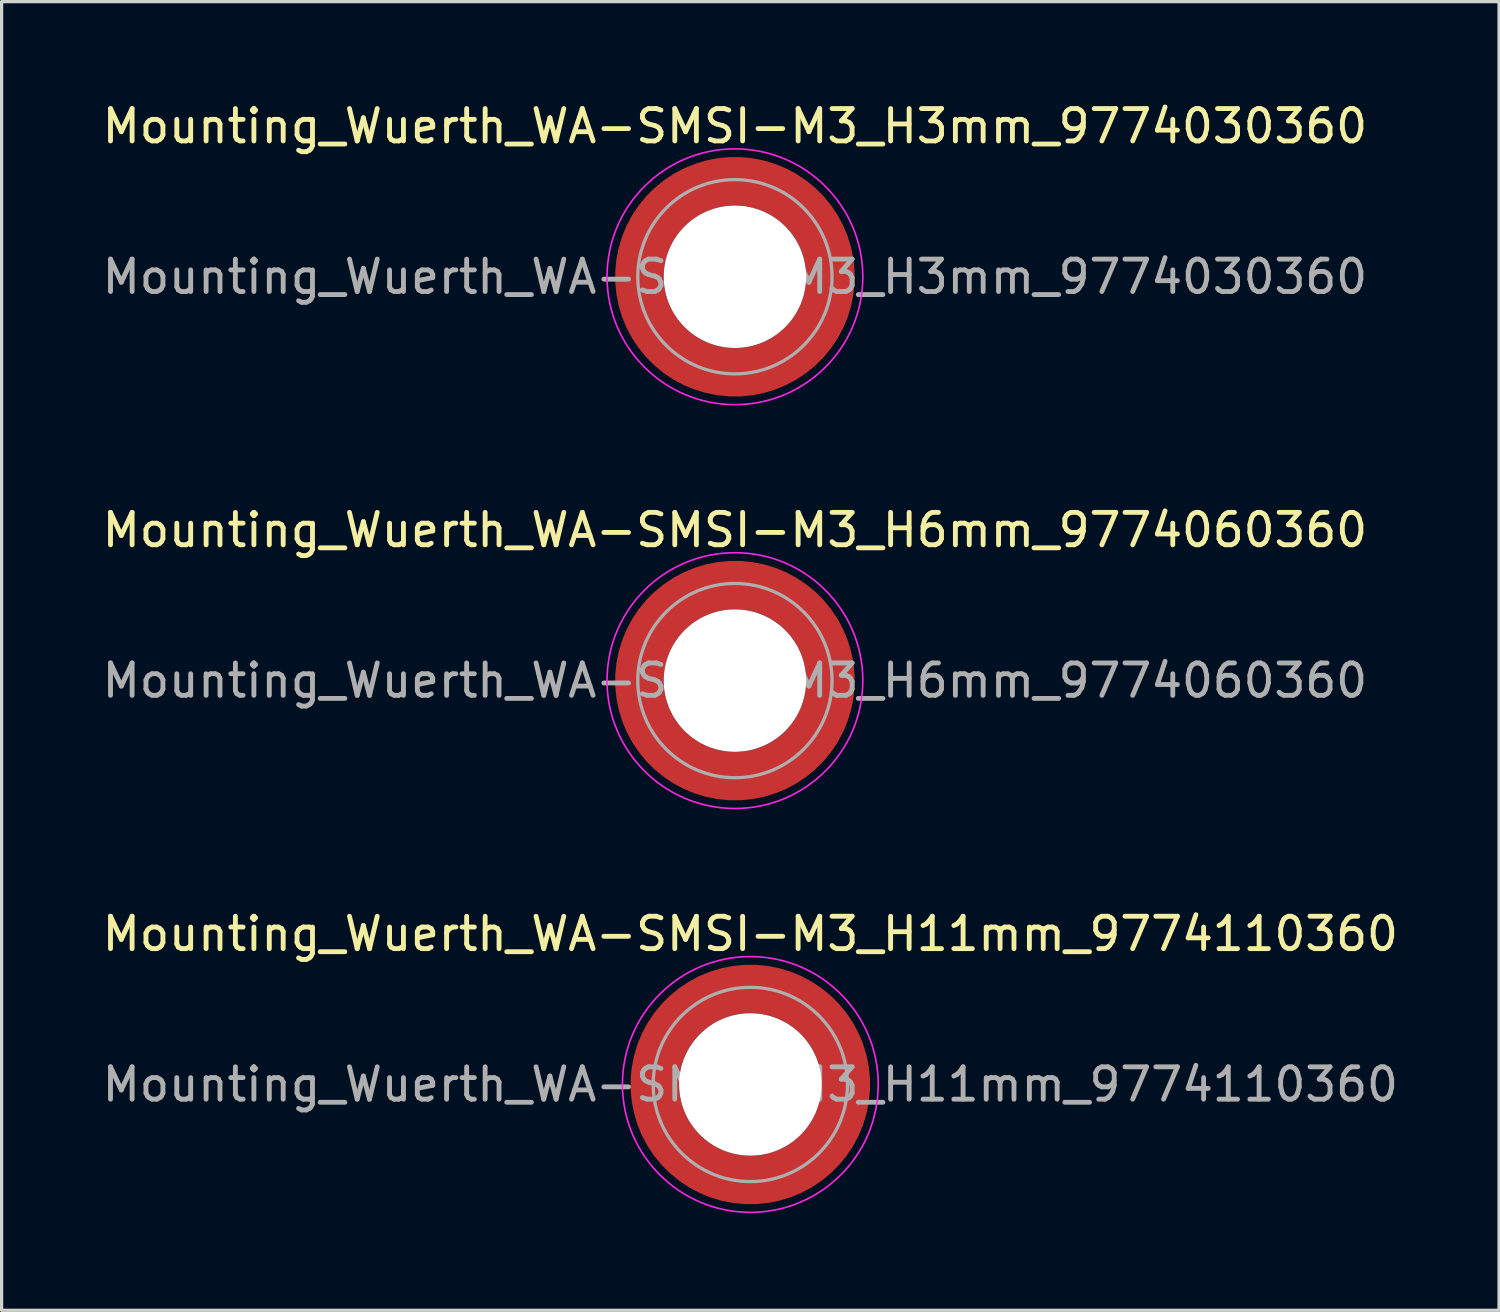
<source format=kicad_pcb>
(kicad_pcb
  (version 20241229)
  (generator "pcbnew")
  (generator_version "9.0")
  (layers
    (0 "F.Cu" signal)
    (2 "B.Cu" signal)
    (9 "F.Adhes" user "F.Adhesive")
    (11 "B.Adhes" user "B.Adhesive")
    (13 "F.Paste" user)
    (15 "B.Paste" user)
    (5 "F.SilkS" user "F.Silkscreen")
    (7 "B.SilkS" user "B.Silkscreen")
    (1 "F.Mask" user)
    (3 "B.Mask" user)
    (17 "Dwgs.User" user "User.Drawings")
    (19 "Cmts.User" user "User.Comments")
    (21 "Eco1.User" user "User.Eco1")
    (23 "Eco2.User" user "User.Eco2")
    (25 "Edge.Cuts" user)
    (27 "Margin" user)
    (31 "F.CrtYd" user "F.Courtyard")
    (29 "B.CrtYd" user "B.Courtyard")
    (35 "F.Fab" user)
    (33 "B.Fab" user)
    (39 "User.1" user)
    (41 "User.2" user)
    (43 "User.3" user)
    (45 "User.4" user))
  (footprint "Mounting_Wuerth_WA-SMSI-M3_H6mm_9774060360"
    (layer "F.Cu")
    (at 19.649 17.971)
    (property "Reference" "Mounting_Wuerth_WA-SMSI-M3_H6mm_9774060360" (at 0 -4.65 0) (layer "F.SilkS") (effects (font (size 1 1) (thickness 0.15))))
    (attr smd)
    (fp_circle (center 0 0) (end 3.95 0) (stroke (width 0.05) (type solid)) (fill no) (layer "F.CrtYd"))
    (fp_circle (center 0 0) (end 3 0) (stroke (width 0.1) (type solid)) (fill no) (layer "F.Fab"))
    (fp_text user "${REFERENCE}" (at 0 0 0) (layer "F.Fab") (effects (font (size 1 1) (thickness 0.15))))
    (pad "" smd custom (at -2.058 -2.058) (size 0.7 0.7) (layers "F.Paste") (options (anchor circle)) (primitives (gr_arc (start -0.377294 1.707681) (mid 0.317579 0.318817) (end 1.705947 -0.377044) (width 0.2)) (gr_arc (start -0.478281 1.707681) (mid 0.246161 0.248814) (end 1.703965 -0.477765) (width 0.2)) (gr_arc (start -0.579192 1.707681) (mid 0.175492 0.178063) (end 1.704077 -0.578711) (width 0.2)) (gr_arc (start -0.680037 1.707681) (mid 0.105568 0.106564) (end 1.706284 -0.679858) (width 0.2)) (gr_arc (start -0.780822 1.707681) (mid 0.034627 0.036085) (end 1.705634 -0.780569) (width 0.2)) (gr_arc (start -0.881554 1.707681) (mid -0.035694 -0.035016) (end 1.706729 -0.881441) (width 0.2)) (gr_arc (start -0.982237 1.707681) (mid -0.107281 -0.10485) (end 1.704266 -0.981842) (width 0.2)) (gr_arc (start -1.082877 1.707681) (mid -0.178372 -0.175181) (end 1.703197 -1.082374) (width 0.2)) (gr_arc (start -1.183476 1.707681) (mid -0.248964 -0.246008) (end 1.703525 -1.183025) (width 0.2)) (gr_arc (start -1.28404 1.707681) (mid -0.319062 -0.317333) (end 1.70525 -1.283784) (width 0.2)) (gr_line (start 1.708 -0.377) (end 1.708 -1.284) (width 0.2)) (gr_line (start -0.377 1.708) (end -1.284 1.708) (width 0.2))))
    (pad "" smd custom (at -2.058 2.058) (size 0.7 0.7) (layers "F.Paste") (options (anchor circle)) (primitives (gr_arc (start 1.707681 0.377294) (mid 0.318817 -0.317579) (end -0.377044 -1.705947) (width 0.2)) (gr_arc (start 1.707681 0.478281) (mid 0.248814 -0.246161) (end -0.477765 -1.703965) (width 0.2)) (gr_arc (start 1.707681 0.579192) (mid 0.178063 -0.175492) (end -0.578711 -1.704077) (width 0.2)) (gr_arc (start 1.707681 0.680037) (mid 0.106564 -0.105568) (end -0.679858 -1.706284) (width 0.2)) (gr_arc (start 1.707681 0.780822) (mid 0.036085 -0.034627) (end -0.780569 -1.705634) (width 0.2)) (gr_arc (start 1.707681 0.881554) (mid -0.035016 0.035694) (end -0.881441 -1.706729) (width 0.2)) (gr_arc (start 1.707681 0.982237) (mid -0.10485 0.107281) (end -0.981842 -1.704266) (width 0.2)) (gr_arc (start 1.707681 1.082877) (mid -0.175181 0.178372) (end -1.082374 -1.703197) (width 0.2)) (gr_arc (start 1.707681 1.183476) (mid -0.246008 0.248964) (end -1.183025 -1.703525) (width 0.2)) (gr_arc (start 1.707681 1.28404) (mid -0.317333 0.319062) (end -1.283784 -1.70525) (width 0.2)) (gr_line (start -0.377 -1.708) (end -1.284 -1.708) (width 0.2)) (gr_line (start 1.708 0.377) (end 1.708 1.284) (width 0.2))))
    (pad "" np_thru_hole circle (at 0 0) (size 4.4 4.4) (drill 4.4) (layers "*.Cu" "*.Mask"))
    (pad "" smd custom (at 2.058 -2.058) (size 0.7 0.7) (layers "F.Paste") (options (anchor circle)) (primitives (gr_arc (start -1.707681 -0.377294) (mid -0.318817 0.317579) (end 0.377044 1.705947) (width 0.2)) (gr_arc (start -1.707681 -0.478281) (mid -0.248814 0.246161) (end 0.477765 1.703965) (width 0.2)) (gr_arc (start -1.707681 -0.579192) (mid -0.178063 0.175492) (end 0.578711 1.704077) (width 0.2)) (gr_arc (start -1.707681 -0.680037) (mid -0.106564 0.105568) (end 0.679858 1.706284) (width 0.2)) (gr_arc (start -1.707681 -0.780822) (mid -0.036085 0.034627) (end 0.780569 1.705634) (width 0.2)) (gr_arc (start -1.707681 -0.881554) (mid 0.035016 -0.035694) (end 0.881441 1.706729) (width 0.2)) (gr_arc (start -1.707681 -0.982237) (mid 0.10485 -0.107281) (end 0.981842 1.704266) (width 0.2)) (gr_arc (start -1.707681 -1.082877) (mid 0.175181 -0.178372) (end 1.082374 1.703197) (width 0.2)) (gr_arc (start -1.707681 -1.183476) (mid 0.246008 -0.248964) (end 1.183025 1.703525) (width 0.2)) (gr_arc (start -1.707681 -1.28404) (mid 0.317333 -0.319062) (end 1.283784 1.70525) (width 0.2)) (gr_line (start 0.377 1.708) (end 1.284 1.708) (width 0.2)) (gr_line (start -1.708 -0.377) (end -1.708 -1.284) (width 0.2))))
    (pad "" smd custom (at 2.058 2.058) (size 0.7 0.7) (layers "F.Paste") (options (anchor circle)) (primitives (gr_arc (start 0.377294 -1.707681) (mid -0.317579 -0.318817) (end -1.705947 0.377044) (width 0.2)) (gr_arc (start 0.478281 -1.707681) (mid -0.246161 -0.248814) (end -1.703965 0.477765) (width 0.2)) (gr_arc (start 0.579192 -1.707681) (mid -0.175492 -0.178063) (end -1.704077 0.578711) (width 0.2)) (gr_arc (start 0.680037 -1.707681) (mid -0.105568 -0.106564) (end -1.706284 0.679858) (width 0.2)) (gr_arc (start 0.780822 -1.707681) (mid -0.034627 -0.036085) (end -1.705634 0.780569) (width 0.2)) (gr_arc (start 0.881554 -1.707681) (mid 0.035694 0.035016) (end -1.706729 0.881441) (width 0.2)) (gr_arc (start 0.982237 -1.707681) (mid 0.107281 0.10485) (end -1.704266 0.981842) (width 0.2)) (gr_arc (start 1.082877 -1.707681) (mid 0.178372 0.175181) (end -1.703197 1.082374) (width 0.2)) (gr_arc (start 1.183476 -1.707681) (mid 0.248964 0.246008) (end -1.703525 1.183025) (width 0.2)) (gr_arc (start 1.28404 -1.707681) (mid 0.319062 0.317333) (end -1.70525 1.283784) (width 0.2)) (gr_line (start -1.708 0.377) (end -1.708 1.284) (width 0.2)) (gr_line (start 0.377 -1.708) (end 1.284 -1.708) (width 0.2))))
    (pad "1" smd circle (at -2.95 0) (size 1.1 1.1) (layers "F.Cu"))
    (pad "1" smd circle (at 0 -2.95) (size 1.1 1.1) (layers "F.Cu"))
    (pad "1" smd circle (at 0 2.95) (size 1.1 1.1) (layers "F.Cu"))
    (pad "1" smd custom (at 2.95 0) (size 1.1 1.1) (layers "F.Cu" "F.Mask") (options (anchor circle)) (primitives (gr_circle (center -2.95 0) (end 0 0) (width 1.5) (fill no)))))
  (footprint "Mounting_Wuerth_WA-SMSI-M3_H3mm_9774030360"
    (layer "F.Cu")
    (at 19.649 5.498)
    (property "Reference" "Mounting_Wuerth_WA-SMSI-M3_H3mm_9774030360" (at 0 -4.65 0) (layer "F.SilkS") (effects (font (size 1 1) (thickness 0.15))))
    (attr smd)
    (fp_circle (center 0 0) (end 3.95 0) (stroke (width 0.05) (type solid)) (fill no) (layer "F.CrtYd"))
    (fp_circle (center 0 0) (end 3 0) (stroke (width 0.1) (type solid)) (fill no) (layer "F.Fab"))
    (fp_text user "${REFERENCE}" (at 0 0 0) (layer "F.Fab") (effects (font (size 1 1) (thickness 0.15))))
    (pad "" smd custom (at -2.058 -2.058) (size 0.7 0.7) (layers "F.Paste") (options (anchor circle)) (primitives (gr_arc (start -0.377294 1.707681) (mid 0.317579 0.318817) (end 1.705947 -0.377044) (width 0.2)) (gr_arc (start -0.478281 1.707681) (mid 0.246161 0.248814) (end 1.703965 -0.477765) (width 0.2)) (gr_arc (start -0.579192 1.707681) (mid 0.175492 0.178063) (end 1.704077 -0.578711) (width 0.2)) (gr_arc (start -0.680037 1.707681) (mid 0.105568 0.106564) (end 1.706284 -0.679858) (width 0.2)) (gr_arc (start -0.780822 1.707681) (mid 0.034627 0.036085) (end 1.705634 -0.780569) (width 0.2)) (gr_arc (start -0.881554 1.707681) (mid -0.035694 -0.035016) (end 1.706729 -0.881441) (width 0.2)) (gr_arc (start -0.982237 1.707681) (mid -0.107281 -0.10485) (end 1.704266 -0.981842) (width 0.2)) (gr_arc (start -1.082877 1.707681) (mid -0.178372 -0.175181) (end 1.703197 -1.082374) (width 0.2)) (gr_arc (start -1.183476 1.707681) (mid -0.248964 -0.246008) (end 1.703525 -1.183025) (width 0.2)) (gr_arc (start -1.28404 1.707681) (mid -0.319062 -0.317333) (end 1.70525 -1.283784) (width 0.2)) (gr_line (start 1.708 -0.377) (end 1.708 -1.284) (width 0.2)) (gr_line (start -0.377 1.708) (end -1.284 1.708) (width 0.2))))
    (pad "" smd custom (at -2.058 2.058) (size 0.7 0.7) (layers "F.Paste") (options (anchor circle)) (primitives (gr_arc (start 1.707681 0.377294) (mid 0.318817 -0.317579) (end -0.377044 -1.705947) (width 0.2)) (gr_arc (start 1.707681 0.478281) (mid 0.248814 -0.246161) (end -0.477765 -1.703965) (width 0.2)) (gr_arc (start 1.707681 0.579192) (mid 0.178063 -0.175492) (end -0.578711 -1.704077) (width 0.2)) (gr_arc (start 1.707681 0.680037) (mid 0.106564 -0.105568) (end -0.679858 -1.706284) (width 0.2)) (gr_arc (start 1.707681 0.780822) (mid 0.036085 -0.034627) (end -0.780569 -1.705634) (width 0.2)) (gr_arc (start 1.707681 0.881554) (mid -0.035016 0.035694) (end -0.881441 -1.706729) (width 0.2)) (gr_arc (start 1.707681 0.982237) (mid -0.10485 0.107281) (end -0.981842 -1.704266) (width 0.2)) (gr_arc (start 1.707681 1.082877) (mid -0.175181 0.178372) (end -1.082374 -1.703197) (width 0.2)) (gr_arc (start 1.707681 1.183476) (mid -0.246008 0.248964) (end -1.183025 -1.703525) (width 0.2)) (gr_arc (start 1.707681 1.28404) (mid -0.317333 0.319062) (end -1.283784 -1.70525) (width 0.2)) (gr_line (start -0.377 -1.708) (end -1.284 -1.708) (width 0.2)) (gr_line (start 1.708 0.377) (end 1.708 1.284) (width 0.2))))
    (pad "" np_thru_hole circle (at 0 0) (size 4.4 4.4) (drill 4.4) (layers "*.Cu" "*.Mask"))
    (pad "" smd custom (at 2.058 -2.058) (size 0.7 0.7) (layers "F.Paste") (options (anchor circle)) (primitives (gr_arc (start -1.707681 -0.377294) (mid -0.318817 0.317579) (end 0.377044 1.705947) (width 0.2)) (gr_arc (start -1.707681 -0.478281) (mid -0.248814 0.246161) (end 0.477765 1.703965) (width 0.2)) (gr_arc (start -1.707681 -0.579192) (mid -0.178063 0.175492) (end 0.578711 1.704077) (width 0.2)) (gr_arc (start -1.707681 -0.680037) (mid -0.106564 0.105568) (end 0.679858 1.706284) (width 0.2)) (gr_arc (start -1.707681 -0.780822) (mid -0.036085 0.034627) (end 0.780569 1.705634) (width 0.2)) (gr_arc (start -1.707681 -0.881554) (mid 0.035016 -0.035694) (end 0.881441 1.706729) (width 0.2)) (gr_arc (start -1.707681 -0.982237) (mid 0.10485 -0.107281) (end 0.981842 1.704266) (width 0.2)) (gr_arc (start -1.707681 -1.082877) (mid 0.175181 -0.178372) (end 1.082374 1.703197) (width 0.2)) (gr_arc (start -1.707681 -1.183476) (mid 0.246008 -0.248964) (end 1.183025 1.703525) (width 0.2)) (gr_arc (start -1.707681 -1.28404) (mid 0.317333 -0.319062) (end 1.283784 1.70525) (width 0.2)) (gr_line (start 0.377 1.708) (end 1.284 1.708) (width 0.2)) (gr_line (start -1.708 -0.377) (end -1.708 -1.284) (width 0.2))))
    (pad "" smd custom (at 2.058 2.058) (size 0.7 0.7) (layers "F.Paste") (options (anchor circle)) (primitives (gr_arc (start 0.377294 -1.707681) (mid -0.317579 -0.318817) (end -1.705947 0.377044) (width 0.2)) (gr_arc (start 0.478281 -1.707681) (mid -0.246161 -0.248814) (end -1.703965 0.477765) (width 0.2)) (gr_arc (start 0.579192 -1.707681) (mid -0.175492 -0.178063) (end -1.704077 0.578711) (width 0.2)) (gr_arc (start 0.680037 -1.707681) (mid -0.105568 -0.106564) (end -1.706284 0.679858) (width 0.2)) (gr_arc (start 0.780822 -1.707681) (mid -0.034627 -0.036085) (end -1.705634 0.780569) (width 0.2)) (gr_arc (start 0.881554 -1.707681) (mid 0.035694 0.035016) (end -1.706729 0.881441) (width 0.2)) (gr_arc (start 0.982237 -1.707681) (mid 0.107281 0.10485) (end -1.704266 0.981842) (width 0.2)) (gr_arc (start 1.082877 -1.707681) (mid 0.178372 0.175181) (end -1.703197 1.082374) (width 0.2)) (gr_arc (start 1.183476 -1.707681) (mid 0.248964 0.246008) (end -1.703525 1.183025) (width 0.2)) (gr_arc (start 1.28404 -1.707681) (mid 0.319062 0.317333) (end -1.70525 1.283784) (width 0.2)) (gr_line (start -1.708 0.377) (end -1.708 1.284) (width 0.2)) (gr_line (start 0.377 -1.708) (end 1.284 -1.708) (width 0.2))))
    (pad "1" smd circle (at -2.95 0) (size 1.1 1.1) (layers "F.Cu"))
    (pad "1" smd circle (at 0 -2.95) (size 1.1 1.1) (layers "F.Cu"))
    (pad "1" smd circle (at 0 2.95) (size 1.1 1.1) (layers "F.Cu"))
    (pad "1" smd custom (at 2.95 0) (size 1.1 1.1) (layers "F.Cu" "F.Mask") (options (anchor circle)) (primitives (gr_circle (center -2.95 0) (end 0 0) (width 1.5) (fill no)))))
  (footprint "Mounting_Wuerth_WA-SMSI-M3_H11mm_9774110360"
    (layer "F.Cu")
    (at 20.125 30.445)
    (property "Reference" "Mounting_Wuerth_WA-SMSI-M3_H11mm_9774110360" (at 0 -4.65 0) (layer "F.SilkS") (effects (font (size 1 1) (thickness 0.15))))
    (attr smd)
    (fp_circle (center 0 0) (end 3.95 0) (stroke (width 0.05) (type solid)) (fill no) (layer "F.CrtYd"))
    (fp_circle (center 0 0) (end 3 0) (stroke (width 0.1) (type solid)) (fill no) (layer "F.Fab"))
    (fp_text user "${REFERENCE}" (at 0 0 0) (layer "F.Fab") (effects (font (size 1 1) (thickness 0.15))))
    (pad "" smd custom (at -2.058 -2.058) (size 0.7 0.7) (layers "F.Paste") (options (anchor circle)) (primitives (gr_arc (start -0.377294 1.707681) (mid 0.317579 0.318817) (end 1.705947 -0.377044) (width 0.2)) (gr_arc (start -0.478281 1.707681) (mid 0.246161 0.248814) (end 1.703965 -0.477765) (width 0.2)) (gr_arc (start -0.579192 1.707681) (mid 0.175492 0.178063) (end 1.704077 -0.578711) (width 0.2)) (gr_arc (start -0.680037 1.707681) (mid 0.105568 0.106564) (end 1.706284 -0.679858) (width 0.2)) (gr_arc (start -0.780822 1.707681) (mid 0.034627 0.036085) (end 1.705634 -0.780569) (width 0.2)) (gr_arc (start -0.881554 1.707681) (mid -0.035694 -0.035016) (end 1.706729 -0.881441) (width 0.2)) (gr_arc (start -0.982237 1.707681) (mid -0.107281 -0.10485) (end 1.704266 -0.981842) (width 0.2)) (gr_arc (start -1.082877 1.707681) (mid -0.178372 -0.175181) (end 1.703197 -1.082374) (width 0.2)) (gr_arc (start -1.183476 1.707681) (mid -0.248964 -0.246008) (end 1.703525 -1.183025) (width 0.2)) (gr_arc (start -1.28404 1.707681) (mid -0.319062 -0.317333) (end 1.70525 -1.283784) (width 0.2)) (gr_line (start 1.708 -0.377) (end 1.708 -1.284) (width 0.2)) (gr_line (start -0.377 1.708) (end -1.284 1.708) (width 0.2))))
    (pad "" smd custom (at -2.058 2.058) (size 0.7 0.7) (layers "F.Paste") (options (anchor circle)) (primitives (gr_arc (start 1.707681 0.377294) (mid 0.318817 -0.317579) (end -0.377044 -1.705947) (width 0.2)) (gr_arc (start 1.707681 0.478281) (mid 0.248814 -0.246161) (end -0.477765 -1.703965) (width 0.2)) (gr_arc (start 1.707681 0.579192) (mid 0.178063 -0.175492) (end -0.578711 -1.704077) (width 0.2)) (gr_arc (start 1.707681 0.680037) (mid 0.106564 -0.105568) (end -0.679858 -1.706284) (width 0.2)) (gr_arc (start 1.707681 0.780822) (mid 0.036085 -0.034627) (end -0.780569 -1.705634) (width 0.2)) (gr_arc (start 1.707681 0.881554) (mid -0.035016 0.035694) (end -0.881441 -1.706729) (width 0.2)) (gr_arc (start 1.707681 0.982237) (mid -0.10485 0.107281) (end -0.981842 -1.704266) (width 0.2)) (gr_arc (start 1.707681 1.082877) (mid -0.175181 0.178372) (end -1.082374 -1.703197) (width 0.2)) (gr_arc (start 1.707681 1.183476) (mid -0.246008 0.248964) (end -1.183025 -1.703525) (width 0.2)) (gr_arc (start 1.707681 1.28404) (mid -0.317333 0.319062) (end -1.283784 -1.70525) (width 0.2)) (gr_line (start -0.377 -1.708) (end -1.284 -1.708) (width 0.2)) (gr_line (start 1.708 0.377) (end 1.708 1.284) (width 0.2))))
    (pad "" np_thru_hole circle (at 0 0) (size 4.4 4.4) (drill 4.4) (layers "*.Cu" "*.Mask"))
    (pad "" smd custom (at 2.058 -2.058) (size 0.7 0.7) (layers "F.Paste") (options (anchor circle)) (primitives (gr_arc (start -1.707681 -0.377294) (mid -0.318817 0.317579) (end 0.377044 1.705947) (width 0.2)) (gr_arc (start -1.707681 -0.478281) (mid -0.248814 0.246161) (end 0.477765 1.703965) (width 0.2)) (gr_arc (start -1.707681 -0.579192) (mid -0.178063 0.175492) (end 0.578711 1.704077) (width 0.2)) (gr_arc (start -1.707681 -0.680037) (mid -0.106564 0.105568) (end 0.679858 1.706284) (width 0.2)) (gr_arc (start -1.707681 -0.780822) (mid -0.036085 0.034627) (end 0.780569 1.705634) (width 0.2)) (gr_arc (start -1.707681 -0.881554) (mid 0.035016 -0.035694) (end 0.881441 1.706729) (width 0.2)) (gr_arc (start -1.707681 -0.982237) (mid 0.10485 -0.107281) (end 0.981842 1.704266) (width 0.2)) (gr_arc (start -1.707681 -1.082877) (mid 0.175181 -0.178372) (end 1.082374 1.703197) (width 0.2)) (gr_arc (start -1.707681 -1.183476) (mid 0.246008 -0.248964) (end 1.183025 1.703525) (width 0.2)) (gr_arc (start -1.707681 -1.28404) (mid 0.317333 -0.319062) (end 1.283784 1.70525) (width 0.2)) (gr_line (start 0.377 1.708) (end 1.284 1.708) (width 0.2)) (gr_line (start -1.708 -0.377) (end -1.708 -1.284) (width 0.2))))
    (pad "" smd custom (at 2.058 2.058) (size 0.7 0.7) (layers "F.Paste") (options (anchor circle)) (primitives (gr_arc (start 0.377294 -1.707681) (mid -0.317579 -0.318817) (end -1.705947 0.377044) (width 0.2)) (gr_arc (start 0.478281 -1.707681) (mid -0.246161 -0.248814) (end -1.703965 0.477765) (width 0.2)) (gr_arc (start 0.579192 -1.707681) (mid -0.175492 -0.178063) (end -1.704077 0.578711) (width 0.2)) (gr_arc (start 0.680037 -1.707681) (mid -0.105568 -0.106564) (end -1.706284 0.679858) (width 0.2)) (gr_arc (start 0.780822 -1.707681) (mid -0.034627 -0.036085) (end -1.705634 0.780569) (width 0.2)) (gr_arc (start 0.881554 -1.707681) (mid 0.035694 0.035016) (end -1.706729 0.881441) (width 0.2)) (gr_arc (start 0.982237 -1.707681) (mid 0.107281 0.10485) (end -1.704266 0.981842) (width 0.2)) (gr_arc (start 1.082877 -1.707681) (mid 0.178372 0.175181) (end -1.703197 1.082374) (width 0.2)) (gr_arc (start 1.183476 -1.707681) (mid 0.248964 0.246008) (end -1.703525 1.183025) (width 0.2)) (gr_arc (start 1.28404 -1.707681) (mid 0.319062 0.317333) (end -1.70525 1.283784) (width 0.2)) (gr_line (start -1.708 0.377) (end -1.708 1.284) (width 0.2)) (gr_line (start 0.377 -1.708) (end 1.284 -1.708) (width 0.2))))
    (pad "1" smd circle (at -2.95 0) (size 1.1 1.1) (layers "F.Cu"))
    (pad "1" smd circle (at 0 -2.95) (size 1.1 1.1) (layers "F.Cu"))
    (pad "1" smd circle (at 0 2.95) (size 1.1 1.1) (layers "F.Cu"))
    (pad "1" smd custom (at 2.95 0) (size 1.1 1.1) (layers "F.Cu" "F.Mask") (options (anchor circle)) (primitives (gr_circle (center -2.95 0) (end 0 0) (width 1.5) (fill no)))))
  (gr_rect
    (start -3 -3)
    (end 43.25 37.42)
    (stroke (width 0.1) (type default))
    (fill no)
    (layer "Edge.Cuts")))
</source>
